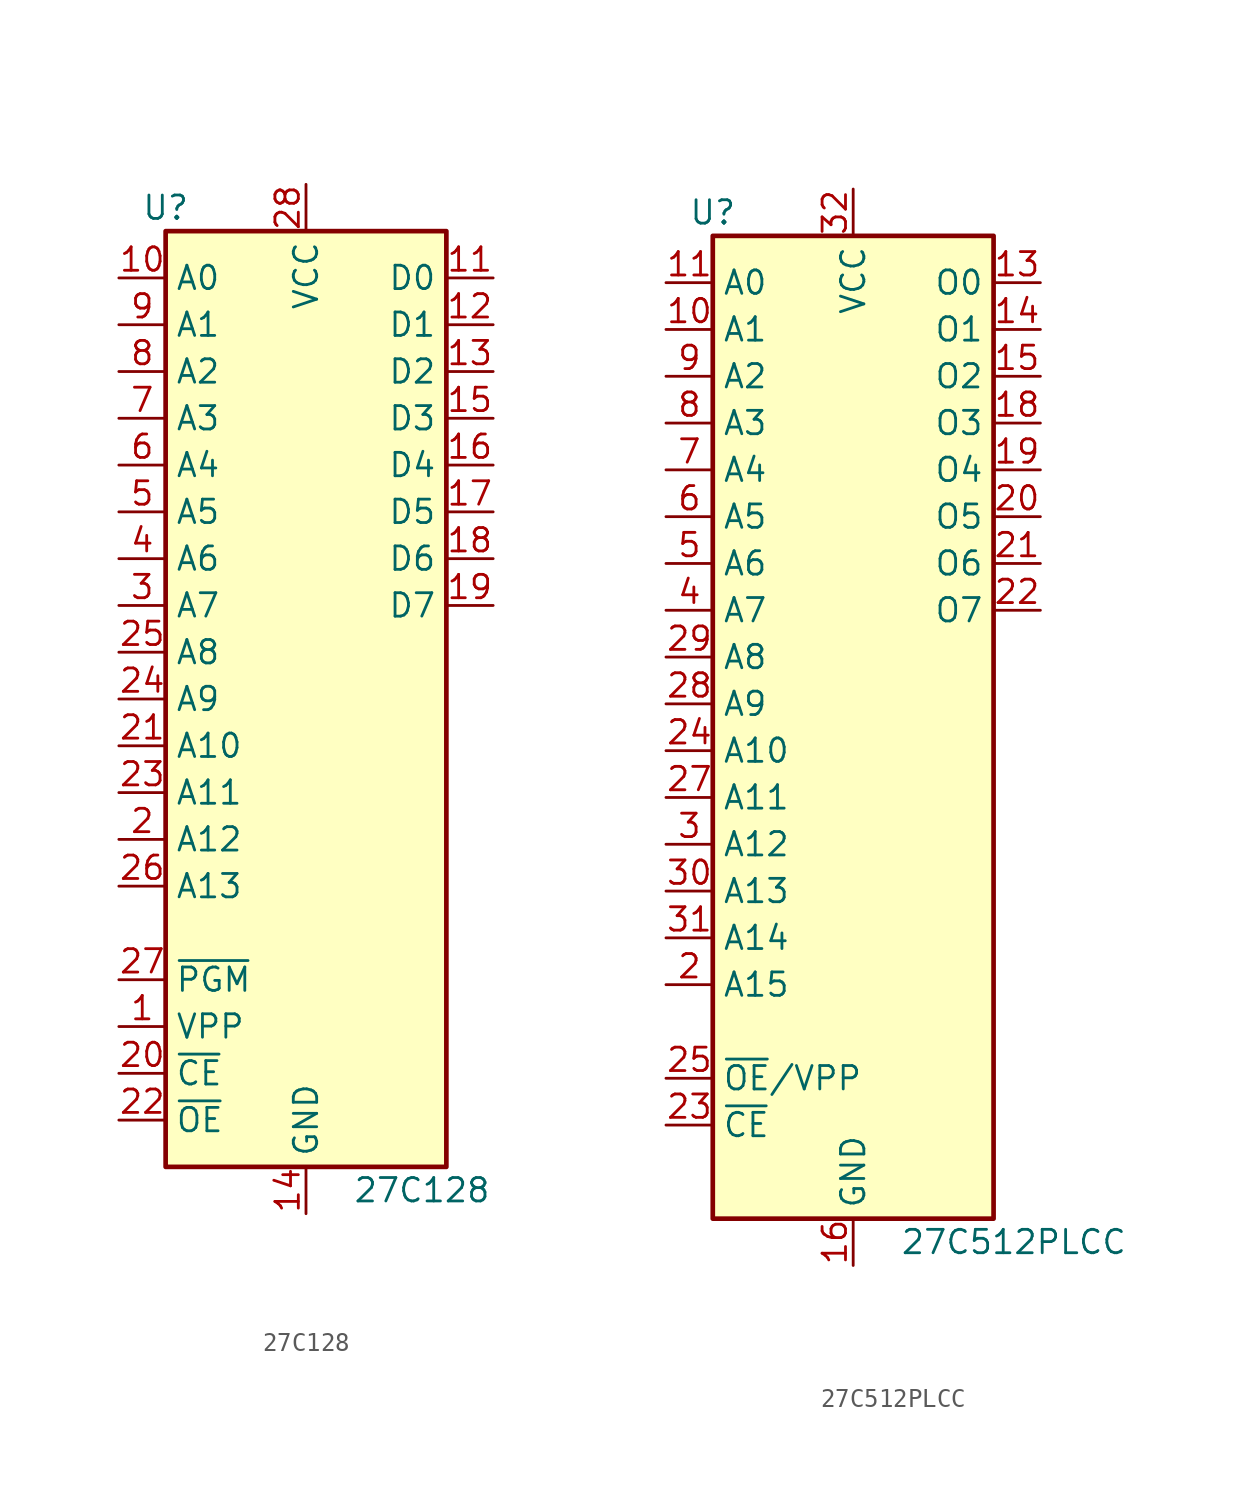
<source format=kicad_sym>
(kicad_symbol_lib
  (version 20241209)
  (generator "kicad_symbol_editor")
  (generator_version "9.0")
  (symbol "27C128"
    (property "Reference" "U"
      (at -7.62 26.67 0)
      (effects (font (size 1.27 1.27))))
    (property "Value" "27C128"
      (at 2.54 -26.67 0)
      (effects (font (size 1.27 1.27)) (justify left)))
    (symbol "27C128_1_1"
      (rectangle (start -7.62 25.4) (end 7.62 -25.4) (stroke (width 0.254) (type default)) (fill (type background)))
      (pin input line (at -10.16 22.86 0) (length 2.54) (name "A0" (effects (font (size 1.27 1.27)))) (number "10" (effects (font (size 1.27 1.27)))))
      (pin input line (at -10.16 20.32 0) (length 2.54) (name "A1" (effects (font (size 1.27 1.27)))) (number "9" (effects (font (size 1.27 1.27)))))
      (pin input line (at -10.16 17.78 0) (length 2.54) (name "A2" (effects (font (size 1.27 1.27)))) (number "8" (effects (font (size 1.27 1.27)))))
      (pin input line (at -10.16 15.24 0) (length 2.54) (name "A3" (effects (font (size 1.27 1.27)))) (number "7" (effects (font (size 1.27 1.27)))))
      (pin input line (at -10.16 12.7 0) (length 2.54) (name "A4" (effects (font (size 1.27 1.27)))) (number "6" (effects (font (size 1.27 1.27)))))
      (pin input line (at -10.16 10.16 0) (length 2.54) (name "A5" (effects (font (size 1.27 1.27)))) (number "5" (effects (font (size 1.27 1.27)))))
      (pin input line (at -10.16 7.62 0) (length 2.54) (name "A6" (effects (font (size 1.27 1.27)))) (number "4" (effects (font (size 1.27 1.27)))))
      (pin input line (at -10.16 5.08 0) (length 2.54) (name "A7" (effects (font (size 1.27 1.27)))) (number "3" (effects (font (size 1.27 1.27)))))
      (pin input line (at -10.16 2.54 0) (length 2.54) (name "A8" (effects (font (size 1.27 1.27)))) (number "25" (effects (font (size 1.27 1.27)))))
      (pin input line (at -10.16 0 0) (length 2.54) (name "A9" (effects (font (size 1.27 1.27)))) (number "24" (effects (font (size 1.27 1.27)))))
      (pin input line (at -10.16 -2.54 0) (length 2.54) (name "A10" (effects (font (size 1.27 1.27)))) (number "21" (effects (font (size 1.27 1.27)))))
      (pin input line (at -10.16 -5.08 0) (length 2.54) (name "A11" (effects (font (size 1.27 1.27)))) (number "23" (effects (font (size 1.27 1.27)))))
      (pin input line (at -10.16 -7.62 0) (length 2.54) (name "A12" (effects (font (size 1.27 1.27)))) (number "2" (effects (font (size 1.27 1.27)))))
      (pin input line (at -10.16 -10.16 0) (length 2.54) (name "A13" (effects (font (size 1.27 1.27)))) (number "26" (effects (font (size 1.27 1.27)))))
      (pin input line (at -10.16 -15.24 0) (length 2.54) (name "~{PGM}" (effects (font (size 1.27 1.27)))) (number "27" (effects (font (size 1.27 1.27)))))
      (pin input line (at -10.16 -17.78 0) (length 2.54) (name "VPP" (effects (font (size 1.27 1.27)))) (number "1" (effects (font (size 1.27 1.27)))))
      (pin input line (at -10.16 -20.32 0) (length 2.54) (name "~{CE}" (effects (font (size 1.27 1.27)))) (number "20" (effects (font (size 1.27 1.27)))))
      (pin input line (at -10.16 -22.86 0) (length 2.54) (name "~{OE}" (effects (font (size 1.27 1.27)))) (number "22" (effects (font (size 1.27 1.27)))))
      (pin power_in line (at 0 27.94 270) (length 2.54) (name "VCC" (effects (font (size 1.27 1.27)))) (number "28" (effects (font (size 1.27 1.27)))))
      (pin power_in line (at 0 -27.94 90) (length 2.54) (name "GND" (effects (font (size 1.27 1.27)))) (number "14" (effects (font (size 1.27 1.27)))))
      (pin tri_state line (at 10.16 22.86 180) (length 2.54) (name "D0" (effects (font (size 1.27 1.27)))) (number "11" (effects (font (size 1.27 1.27)))))
      (pin tri_state line (at 10.16 20.32 180) (length 2.54) (name "D1" (effects (font (size 1.27 1.27)))) (number "12" (effects (font (size 1.27 1.27)))))
      (pin tri_state line (at 10.16 17.78 180) (length 2.54) (name "D2" (effects (font (size 1.27 1.27)))) (number "13" (effects (font (size 1.27 1.27)))))
      (pin tri_state line (at 10.16 15.24 180) (length 2.54) (name "D3" (effects (font (size 1.27 1.27)))) (number "15" (effects (font (size 1.27 1.27)))))
      (pin tri_state line (at 10.16 12.7 180) (length 2.54) (name "D4" (effects (font (size 1.27 1.27)))) (number "16" (effects (font (size 1.27 1.27)))))
      (pin tri_state line (at 10.16 10.16 180) (length 2.54) (name "D5" (effects (font (size 1.27 1.27)))) (number "17" (effects (font (size 1.27 1.27)))))
      (pin tri_state line (at 10.16 7.62 180) (length 2.54) (name "D6" (effects (font (size 1.27 1.27)))) (number "18" (effects (font (size 1.27 1.27)))))
      (pin tri_state line (at 10.16 5.08 180) (length 2.54) (name "D7" (effects (font (size 1.27 1.27)))) (number "19" (effects (font (size 1.27 1.27)))))))
  (symbol "27C512PLCC"
    (property "Reference" "U"
      (at -7.62 26.67 0)
      (effects (font (size 1.27 1.27))))
    (property "Value" "27C512PLCC"
      (at 2.54 -29.21 0)
      (effects (font (size 1.27 1.27)) (justify left)))
    (symbol "27C512PLCC_1_1"
      (rectangle (start -7.62 25.4) (end 7.62 -27.94) (stroke (width 0.254) (type default)) (fill (type background)))
      (pin input line (at -10.16 22.86 0) (length 2.54) (name "A0" (effects (font (size 1.27 1.27)))) (number "11" (effects (font (size 1.27 1.27)))))
      (pin input line (at -10.16 20.32 0) (length 2.54) (name "A1" (effects (font (size 1.27 1.27)))) (number "10" (effects (font (size 1.27 1.27)))))
      (pin input line (at -10.16 17.78 0) (length 2.54) (name "A2" (effects (font (size 1.27 1.27)))) (number "9" (effects (font (size 1.27 1.27)))))
      (pin input line (at -10.16 15.24 0) (length 2.54) (name "A3" (effects (font (size 1.27 1.27)))) (number "8" (effects (font (size 1.27 1.27)))))
      (pin input line (at -10.16 12.7 0) (length 2.54) (name "A4" (effects (font (size 1.27 1.27)))) (number "7" (effects (font (size 1.27 1.27)))))
      (pin input line (at -10.16 10.16 0) (length 2.54) (name "A5" (effects (font (size 1.27 1.27)))) (number "6" (effects (font (size 1.27 1.27)))))
      (pin input line (at -10.16 7.62 0) (length 2.54) (name "A6" (effects (font (size 1.27 1.27)))) (number "5" (effects (font (size 1.27 1.27)))))
      (pin input line (at -10.16 5.08 0) (length 2.54) (name "A7" (effects (font (size 1.27 1.27)))) (number "4" (effects (font (size 1.27 1.27)))))
      (pin input line (at -10.16 2.54 0) (length 2.54) (name "A8" (effects (font (size 1.27 1.27)))) (number "29" (effects (font (size 1.27 1.27)))))
      (pin input line (at -10.16 0 0) (length 2.54) (name "A9" (effects (font (size 1.27 1.27)))) (number "28" (effects (font (size 1.27 1.27)))))
      (pin input line (at -10.16 -2.54 0) (length 2.54) (name "A10" (effects (font (size 1.27 1.27)))) (number "24" (effects (font (size 1.27 1.27)))))
      (pin input line (at -10.16 -5.08 0) (length 2.54) (name "A11" (effects (font (size 1.27 1.27)))) (number "27" (effects (font (size 1.27 1.27)))))
      (pin input line (at -10.16 -7.62 0) (length 2.54) (name "A12" (effects (font (size 1.27 1.27)))) (number "3" (effects (font (size 1.27 1.27)))))
      (pin input line (at -10.16 -10.16 0) (length 2.54) (name "A13" (effects (font (size 1.27 1.27)))) (number "30" (effects (font (size 1.27 1.27)))))
      (pin input line (at -10.16 -12.7 0) (length 2.54) (name "A14" (effects (font (size 1.27 1.27)))) (number "31" (effects (font (size 1.27 1.27)))))
      (pin input line (at -10.16 -15.24 0) (length 2.54) (name "A15" (effects (font (size 1.27 1.27)))) (number "2" (effects (font (size 1.27 1.27)))))
      (pin input line (at -10.16 -20.32 0) (length 2.54) (name "~{OE}/VPP" (effects (font (size 1.27 1.27)))) (number "25" (effects (font (size 1.27 1.27)))))
      (pin input line (at -10.16 -22.86 0) (length 2.54) (name "~{CE}" (effects (font (size 1.27 1.27)))) (number "23" (effects (font (size 1.27 1.27)))))
      (pin power_in line (at 0 27.94 270) (length 2.54) (name "VCC" (effects (font (size 1.27 1.27)))) (number "32" (effects (font (size 1.27 1.27)))))
      (pin power_in line (at 0 -30.48 90) (length 2.54) (name "GND" (effects (font (size 1.27 1.27)))) (number "16" (effects (font (size 1.27 1.27)))))
      (pin no_connect line (at 7.62 -17.78 180) (length 2.54) (hide yes) (name "NC" (effects (font (size 1.27 1.27)))) (number "1" (effects (font (size 1.27 1.27)))))
      (pin no_connect line (at 7.62 -20.32 180) (length 2.54) (hide yes) (name "NC" (effects (font (size 1.27 1.27)))) (number "17" (effects (font (size 1.27 1.27)))))
      (pin no_connect line (at 7.62 -22.86 180) (length 2.54) (hide yes) (name "NC" (effects (font (size 1.27 1.27)))) (number "12" (effects (font (size 1.27 1.27)))))
      (pin no_connect line (at 7.62 -25.4 180) (length 2.54) (hide yes) (name "NC" (effects (font (size 1.27 1.27)))) (number "26" (effects (font (size 1.27 1.27)))))
      (pin tri_state line (at 10.16 22.86 180) (length 2.54) (name "O0" (effects (font (size 1.27 1.27)))) (number "13" (effects (font (size 1.27 1.27)))))
      (pin tri_state line (at 10.16 20.32 180) (length 2.54) (name "O1" (effects (font (size 1.27 1.27)))) (number "14" (effects (font (size 1.27 1.27)))))
      (pin tri_state line (at 10.16 17.78 180) (length 2.54) (name "O2" (effects (font (size 1.27 1.27)))) (number "15" (effects (font (size 1.27 1.27)))))
      (pin tri_state line (at 10.16 15.24 180) (length 2.54) (name "O3" (effects (font (size 1.27 1.27)))) (number "18" (effects (font (size 1.27 1.27)))))
      (pin tri_state line (at 10.16 12.7 180) (length 2.54) (name "O4" (effects (font (size 1.27 1.27)))) (number "19" (effects (font (size 1.27 1.27)))))
      (pin tri_state line (at 10.16 10.16 180) (length 2.54) (name "O5" (effects (font (size 1.27 1.27)))) (number "20" (effects (font (size 1.27 1.27)))))
      (pin tri_state line (at 10.16 7.62 180) (length 2.54) (name "O6" (effects (font (size 1.27 1.27)))) (number "21" (effects (font (size 1.27 1.27)))))
      (pin tri_state line (at 10.16 5.08 180) (length 2.54) (name "O7" (effects (font (size 1.27 1.27)))) (number "22" (effects (font (size 1.27 1.27))))))))
</source>
